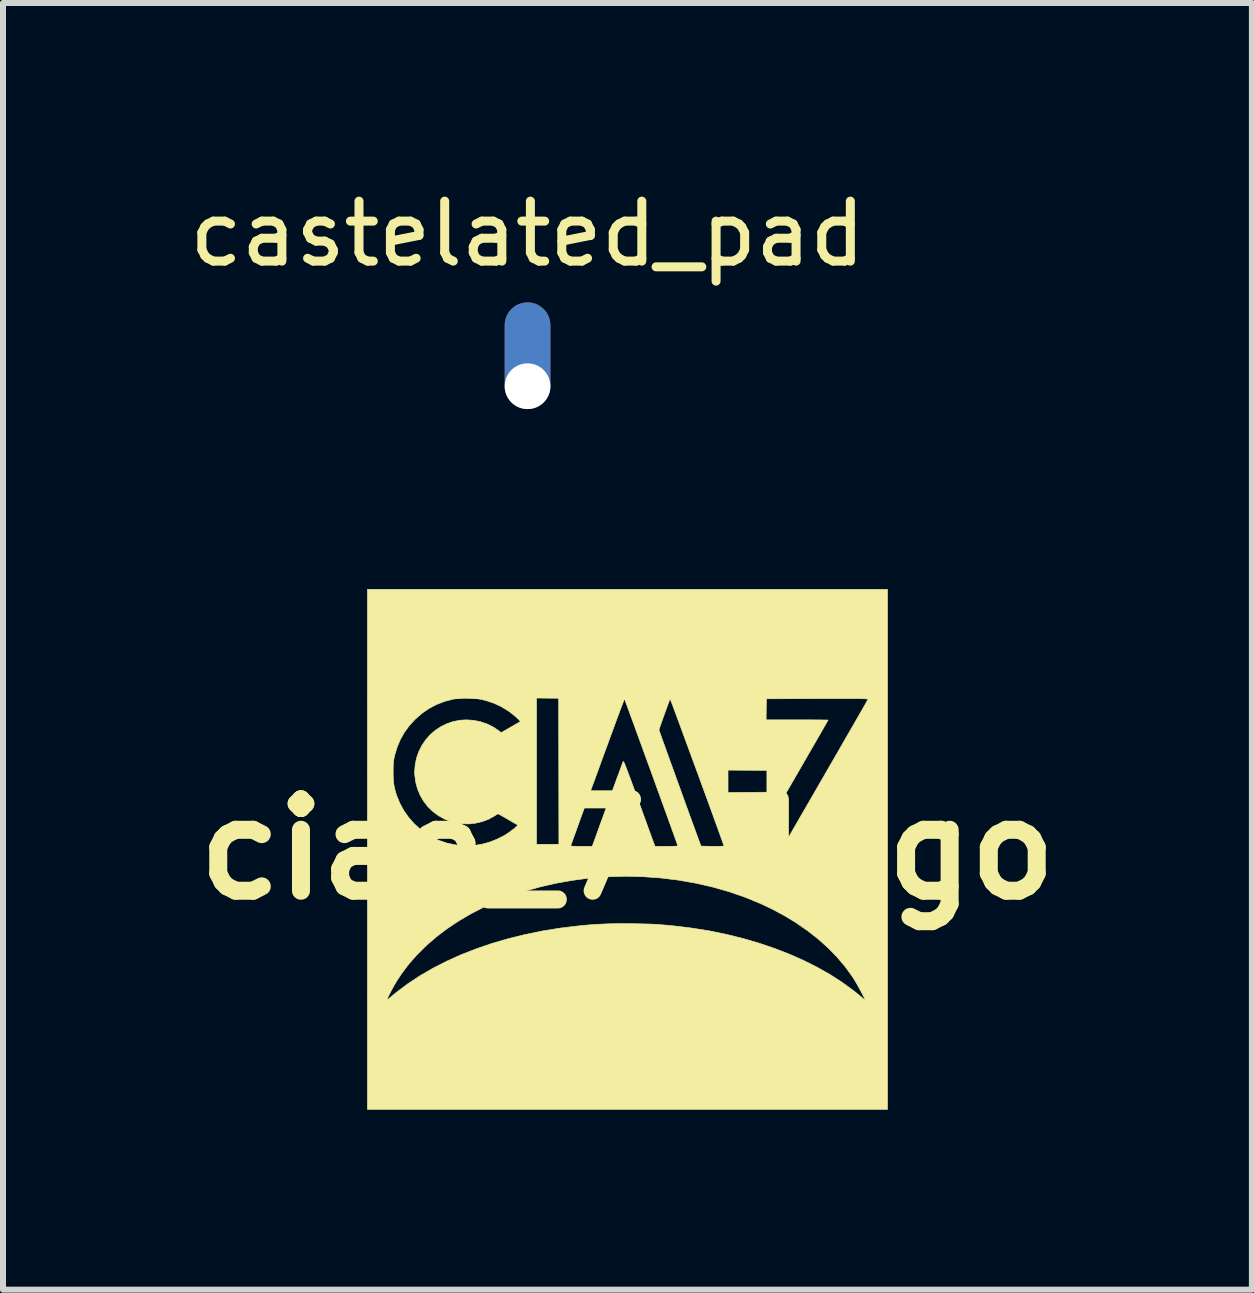
<source format=kicad_pcb>
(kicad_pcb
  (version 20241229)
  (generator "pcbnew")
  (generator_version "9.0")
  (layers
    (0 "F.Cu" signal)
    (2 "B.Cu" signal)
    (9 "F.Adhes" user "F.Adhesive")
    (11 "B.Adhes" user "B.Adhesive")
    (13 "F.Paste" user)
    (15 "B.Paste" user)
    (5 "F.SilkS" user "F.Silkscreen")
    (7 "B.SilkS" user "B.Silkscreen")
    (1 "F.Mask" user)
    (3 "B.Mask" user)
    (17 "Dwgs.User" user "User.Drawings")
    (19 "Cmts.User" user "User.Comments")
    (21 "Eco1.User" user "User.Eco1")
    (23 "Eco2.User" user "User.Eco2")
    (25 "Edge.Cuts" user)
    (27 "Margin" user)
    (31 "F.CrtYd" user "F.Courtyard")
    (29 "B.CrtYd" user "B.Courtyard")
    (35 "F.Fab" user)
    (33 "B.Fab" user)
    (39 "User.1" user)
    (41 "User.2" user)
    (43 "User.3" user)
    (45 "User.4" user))
  (footprint "ciaa_7-logo"
    (layer "F.Cu")
    (at 7.41 11.109)
    (property "Reference" "ciaa_7-logo" (at 0 0 0) (layer "F.SilkS") (effects (font (size 1.524 1.524) (thickness 0.3))))
    (attr through_hole)
    (fp_poly (pts (xy 4.335 4.335) (xy -4.335 4.335) (xy -4.335 2.507) (xy -4.009 2.507) (xy -4.007 2.51) (xy -3.996 2.502) (xy -3.982 2.49) (xy -3.963 2.475) (xy -3.935 2.452) (xy -3.901 2.424) (xy -3.863 2.393) (xy -3.852 2.384) (xy -3.663 2.242) (xy -3.459 2.107) (xy -3.242 1.981) (xy -3.012 1.864) (xy -2.771 1.755) (xy -2.519 1.657) (xy -2.256 1.567) (xy -1.984 1.488) (xy -1.704 1.419) (xy -1.416 1.36) (xy -1.12 1.312) (xy -0.819 1.276) (xy -0.767 1.27) (xy -0.615 1.257) (xy -0.468 1.248) (xy -0.32 1.241) (xy -0.169 1.238) (xy -0.008 1.238) (xy 0.102 1.239) (xy 0.203 1.241) (xy 0.29 1.243) (xy 0.368 1.245) (xy 0.44 1.248) (xy 0.509 1.252) (xy 0.578 1.258) (xy 0.652 1.264) (xy 0.734 1.272) (xy 0.804 1.279) (xy 1.093 1.315) (xy 1.378 1.361) (xy 1.657 1.419) (xy 1.929 1.486) (xy 2.195 1.564) (xy 2.451 1.651) (xy 2.699 1.747) (xy 2.937 1.852) (xy 3.163 1.966) (xy 3.378 2.087) (xy 3.579 2.217) (xy 3.767 2.354) (xy 3.895 2.458) (xy 3.922 2.481) (xy 3.944 2.499) (xy 3.958 2.509) (xy 3.961 2.51) (xy 3.959 2.501) (xy 3.95 2.48) (xy 3.935 2.449) (xy 3.915 2.41) (xy 3.891 2.365) (xy 3.865 2.318) (xy 3.839 2.27) (xy 3.812 2.224) (xy 3.787 2.181) (xy 3.765 2.145) (xy 3.754 2.128) (xy 3.632 1.959) (xy 3.495 1.797) (xy 3.343 1.641) (xy 3.177 1.492) (xy 2.997 1.352) (xy 2.805 1.219) (xy 2.601 1.096) (xy 2.385 0.982) (xy 2.214 0.902) (xy 1.956 0.796) (xy 1.688 0.704) (xy 1.413 0.626) (xy 1.131 0.562) (xy 0.843 0.512) (xy 0.551 0.476) (xy 0.256 0.455) (xy -0.041 0.448) (xy -0.339 0.457) (xy -0.637 0.48) (xy -0.669 0.483) (xy -0.937 0.519) (xy -1.199 0.566) (xy -1.455 0.625) (xy -1.704 0.694) (xy -1.944 0.774) (xy -2.177 0.865) (xy -2.4 0.965) (xy -2.613 1.075) (xy -2.815 1.194) (xy -3.007 1.322) (xy -3.186 1.458) (xy -3.353 1.603) (xy -3.507 1.755) (xy -3.647 1.914) (xy -3.772 2.081) (xy -3.846 2.194) (xy -3.87 2.234) (xy -3.897 2.281) (xy -3.925 2.332) (xy -3.951 2.382) (xy -3.975 2.429) (xy -3.994 2.468) (xy -4.006 2.496) (xy -4.009 2.507) (xy -4.335 2.507) (xy -4.335 -1.291) (xy -3.906 -1.291) (xy -3.905 -1.209) (xy -3.901 -1.14) (xy -3.894 -1.077) (xy -3.882 -1.018) (xy -3.866 -0.956) (xy -3.848 -0.899) (xy -3.795 -0.769) (xy -3.728 -0.646) (xy -3.647 -0.531) (xy -3.554 -0.426) (xy -3.45 -0.332) (xy -3.336 -0.25) (xy -3.213 -0.181) (xy -3.146 -0.151) (xy -3.015 -0.106) (xy -2.878 -0.076) (xy -2.739 -0.061) (xy -2.677 -0.061) (xy -0.946 -0.061) (xy -0.944 -0.058) (xy -0.933 -0.055) (xy -0.912 -0.053) (xy -0.879 -0.052) (xy -0.832 -0.051) (xy -0.771 -0.051) (xy -0.587 -0.051) (xy -0.335 -0.747) (xy -0.297 -0.851) (xy -0.26 -0.952) (xy -0.226 -1.046) (xy -0.194 -1.134) (xy -0.165 -1.214) (xy -0.138 -1.285) (xy -0.116 -1.346) (xy -0.098 -1.395) (xy -0.084 -1.432) (xy -0.075 -1.455) (xy -0.072 -1.463) (xy -0.07 -1.465) (xy -0.067 -1.463) (xy -0.062 -1.456) (xy -0.055 -1.444) (xy -0.047 -1.425) (xy -0.036 -1.398) (xy -0.022 -1.362) (xy -0.005 -1.317) (xy 0.016 -1.262) (xy 0.041 -1.195) (xy 0.07 -1.116) (xy 0.104 -1.024) (xy 0.142 -0.918) (xy 0.186 -0.798) (xy 0.224 -0.695) (xy 0.26 -0.595) (xy 0.294 -0.501) (xy 0.326 -0.413) (xy 0.355 -0.333) (xy 0.381 -0.261) (xy 0.403 -0.2) (xy 0.422 -0.15) (xy 0.435 -0.113) (xy 0.444 -0.09) (xy 0.447 -0.083) (xy 0.459 -0.051) (xy 0.649 -0.051) (xy 0.715 -0.051) (xy 0.765 -0.052) (xy 0.802 -0.053) (xy 0.825 -0.056) (xy 0.836 -0.058) (xy 0.838 -0.061) (xy 0.835 -0.07) (xy 0.827 -0.094) (xy 0.814 -0.131) (xy 0.796 -0.182) (xy 0.774 -0.244) (xy 0.748 -0.316) (xy 0.718 -0.399) (xy 0.685 -0.49) (xy 0.65 -0.588) (xy 0.612 -0.692) (xy 0.572 -0.802) (xy 0.531 -0.917) (xy 0.488 -1.034) (xy 0.445 -1.154) (xy 0.401 -1.275) (xy 0.357 -1.396) (xy 0.313 -1.516) (xy 0.27 -1.634) (xy 0.229 -1.749) (xy 0.188 -1.86) (xy 0.15 -1.965) (xy 0.14 -1.992) (xy 0.525 -1.992) (xy 0.528 -1.983) (xy 0.536 -1.959) (xy 0.549 -1.922) (xy 0.567 -1.872) (xy 0.588 -1.812) (xy 0.614 -1.741) (xy 0.642 -1.662) (xy 0.673 -1.575) (xy 0.707 -1.481) (xy 0.743 -1.383) (xy 0.78 -1.28) (xy 0.818 -1.174) (xy 0.857 -1.067) (xy 0.896 -0.96) (xy 0.934 -0.853) (xy 0.972 -0.748) (xy 1.009 -0.646) (xy 1.045 -0.548) (xy 1.078 -0.456) (xy 1.11 -0.37) (xy 1.138 -0.292) (xy 1.163 -0.224) (xy 1.184 -0.165) (xy 1.202 -0.118) (xy 1.215 -0.084) (xy 1.222 -0.063) (xy 1.225 -0.057) (xy 1.234 -0.055) (xy 1.257 -0.054) (xy 1.291 -0.053) (xy 1.332 -0.052) (xy 1.379 -0.051) (xy 1.428 -0.051) (xy 1.477 -0.051) (xy 1.522 -0.051) (xy 1.56 -0.052) (xy 1.589 -0.053) (xy 1.606 -0.055) (xy 1.609 -0.056) (xy 1.606 -0.065) (xy 1.598 -0.09) (xy 1.584 -0.127) (xy 1.566 -0.178) (xy 1.544 -0.24) (xy 1.518 -0.313) (xy 1.488 -0.395) (xy 1.455 -0.485) (xy 1.42 -0.583) (xy 1.382 -0.688) (xy 1.342 -0.798) (xy 1.3 -0.912) (xy 1.287 -0.948) (xy 1.676 -0.948) (xy 2.324 -0.953) (xy 2.324 -1.317) (xy 1.676 -1.321) (xy 1.676 -0.948) (xy 1.287 -0.948) (xy 1.257 -1.029) (xy 1.214 -1.148) (xy 1.17 -1.269) (xy 1.125 -1.39) (xy 1.081 -1.509) (xy 1.038 -1.627) (xy 0.996 -1.742) (xy 0.955 -1.853) (xy 0.916 -1.958) (xy 0.88 -2.058) (xy 0.846 -2.15) (xy 0.842 -2.159) (xy 2.311 -2.159) (xy 2.828 -2.159) (xy 2.919 -2.159) (xy 3.006 -2.159) (xy 3.086 -2.159) (xy 3.158 -2.158) (xy 3.22 -2.158) (xy 3.271 -2.157) (xy 3.31 -2.157) (xy 3.335 -2.156) (xy 3.344 -2.156) (xy 3.344 -2.156) (xy 3.34 -2.148) (xy 3.328 -2.127) (xy 3.309 -2.093) (xy 3.283 -2.048) (xy 3.251 -1.992) (xy 3.214 -1.927) (xy 3.171 -1.853) (xy 3.125 -1.773) (xy 3.075 -1.686) (xy 3.021 -1.593) (xy 2.972 -1.507) (xy 2.599 -0.862) (xy 2.599 -0.459) (xy 2.599 -0.366) (xy 2.599 -0.288) (xy 2.6 -0.225) (xy 2.6 -0.175) (xy 2.601 -0.137) (xy 2.602 -0.109) (xy 2.603 -0.09) (xy 2.604 -0.078) (xy 2.607 -0.073) (xy 2.609 -0.073) (xy 2.612 -0.077) (xy 2.615 -0.08) (xy 2.621 -0.09) (xy 2.634 -0.114) (xy 2.656 -0.151) (xy 2.684 -0.201) (xy 2.72 -0.261) (xy 2.761 -0.333) (xy 2.808 -0.414) (xy 2.86 -0.505) (xy 2.917 -0.604) (xy 2.979 -0.71) (xy 3.044 -0.823) (xy 3.113 -0.942) (xy 3.184 -1.066) (xy 3.259 -1.195) (xy 3.317 -1.296) (xy 3.393 -1.427) (xy 3.466 -1.554) (xy 3.537 -1.677) (xy 3.604 -1.794) (xy 3.668 -1.905) (xy 3.728 -2.009) (xy 3.783 -2.105) (xy 3.834 -2.193) (xy 3.879 -2.271) (xy 3.918 -2.339) (xy 3.951 -2.396) (xy 3.977 -2.442) (xy 3.995 -2.475) (xy 4.006 -2.495) (xy 4.01 -2.5) (xy 4.01 -2.503) (xy 4.007 -2.505) (xy 4.002 -2.507) (xy 3.992 -2.508) (xy 3.977 -2.509) (xy 3.956 -2.511) (xy 3.928 -2.511) (xy 3.892 -2.512) (xy 3.847 -2.513) (xy 3.792 -2.513) (xy 3.725 -2.513) (xy 3.647 -2.513) (xy 3.556 -2.513) (xy 3.451 -2.513) (xy 3.332 -2.513) (xy 3.196 -2.513) (xy 3.165 -2.513) (xy 2.316 -2.51) (xy 2.313 -2.335) (xy 2.311 -2.159) (xy 0.842 -2.159) (xy 0.815 -2.234) (xy 0.787 -2.309) (xy 0.763 -2.374) (xy 0.743 -2.427) (xy 0.727 -2.468) (xy 0.717 -2.495) (xy 0.712 -2.508) (xy 0.711 -2.508) (xy 0.707 -2.499) (xy 0.697 -2.475) (xy 0.684 -2.441) (xy 0.668 -2.397) (xy 0.65 -2.347) (xy 0.63 -2.293) (xy 0.61 -2.237) (xy 0.59 -2.182) (xy 0.571 -2.129) (xy 0.555 -2.082) (xy 0.541 -2.042) (xy 0.531 -2.012) (xy 0.526 -1.995) (xy 0.525 -1.992) (xy 0.14 -1.992) (xy 0.114 -2.065) (xy 0.08 -2.157) (xy 0.049 -2.24) (xy 0.022 -2.315) (xy -0.001 -2.378) (xy -0.021 -2.431) (xy -0.035 -2.47) (xy -0.045 -2.496) (xy -0.05 -2.508) (xy -0.05 -2.508) (xy -0.053 -2.501) (xy -0.062 -2.479) (xy -0.076 -2.442) (xy -0.095 -2.392) (xy -0.119 -2.33) (xy -0.146 -2.255) (xy -0.178 -2.17) (xy -0.213 -2.075) (xy -0.251 -1.97) (xy -0.293 -1.857) (xy -0.337 -1.736) (xy -0.384 -1.609) (xy -0.433 -1.475) (xy -0.483 -1.337) (xy -0.535 -1.194) (xy -0.589 -1.048) (xy -0.643 -0.899) (xy -0.698 -0.748) (xy -0.753 -0.597) (xy -0.808 -0.445) (xy -0.862 -0.294) (xy -0.916 -0.145) (xy -0.946 -0.061) (xy -2.677 -0.061) (xy -2.6 -0.062) (xy -2.531 -0.068) (xy -2.439 -0.085) (xy -1.516 -0.085) (xy -1.143 -0.085) (xy -1.145 -1.302) (xy -1.147 -2.519) (xy -1.331 -2.521) (xy -1.516 -2.523) (xy -1.516 -0.085) (xy -2.439 -0.085) (xy -2.413 -0.089) (xy -2.293 -0.123) (xy -2.176 -0.169) (xy -2.068 -0.223) (xy -2.059 -0.228) (xy -2.021 -0.251) (xy -1.979 -0.279) (xy -1.937 -0.31) (xy -1.898 -0.339) (xy -1.866 -0.366) (xy -1.847 -0.384) (xy -1.827 -0.405) (xy -1.889 -0.441) (xy -1.922 -0.459) (xy -1.963 -0.483) (xy -2.008 -0.51) (xy -2.052 -0.535) (xy -2.089 -0.556) (xy -2.12 -0.574) (xy -2.144 -0.586) (xy -2.156 -0.592) (xy -2.157 -0.592) (xy -2.167 -0.588) (xy -2.186 -0.577) (xy -2.213 -0.56) (xy -2.221 -0.555) (xy -2.319 -0.501) (xy -2.425 -0.462) (xy -2.536 -0.436) (xy -2.651 -0.424) (xy -2.766 -0.428) (xy -2.88 -0.446) (xy -2.942 -0.463) (xy -3.053 -0.507) (xy -3.154 -0.564) (xy -3.247 -0.634) (xy -3.329 -0.714) (xy -3.399 -0.805) (xy -3.457 -0.905) (xy -3.501 -1.011) (xy -3.531 -1.124) (xy -3.546 -1.241) (xy -3.548 -1.291) (xy -3.539 -1.41) (xy -3.516 -1.523) (xy -3.478 -1.631) (xy -3.427 -1.732) (xy -3.364 -1.825) (xy -3.29 -1.909) (xy -3.206 -1.982) (xy -3.113 -2.044) (xy -3.012 -2.094) (xy -2.904 -2.131) (xy -2.79 -2.153) (xy -2.684 -2.159) (xy -2.564 -2.151) (xy -2.447 -2.127) (xy -2.336 -2.089) (xy -2.232 -2.036) (xy -2.161 -1.988) (xy -2.135 -1.969) (xy -2.116 -1.955) (xy -2.105 -1.948) (xy -2.104 -1.947) (xy -2.097 -1.951) (xy -2.077 -1.962) (xy -2.047 -1.979) (xy -2.011 -2) (xy -1.971 -2.023) (xy -1.929 -2.047) (xy -1.888 -2.071) (xy -1.851 -2.092) (xy -1.82 -2.111) (xy -1.798 -2.124) (xy -1.787 -2.131) (xy -1.786 -2.131) (xy -1.79 -2.139) (xy -1.804 -2.155) (xy -1.827 -2.178) (xy -1.856 -2.205) (xy -1.89 -2.233) (xy -1.925 -2.262) (xy -1.96 -2.289) (xy -1.993 -2.312) (xy -1.997 -2.315) (xy -2.109 -2.382) (xy -2.226 -2.436) (xy -2.35 -2.478) (xy -2.437 -2.5) (xy -2.492 -2.509) (xy -2.558 -2.515) (xy -2.632 -2.518) (xy -2.709 -2.519) (xy -2.783 -2.517) (xy -2.85 -2.512) (xy -2.906 -2.504) (xy -2.906 -2.504) (xy -3.048 -2.467) (xy -3.181 -2.416) (xy -3.305 -2.351) (xy -3.422 -2.271) (xy -3.532 -2.175) (xy -3.548 -2.16) (xy -3.642 -2.056) (xy -3.721 -1.947) (xy -3.786 -1.832) (xy -3.838 -1.708) (xy -3.879 -1.574) (xy -3.888 -1.535) (xy -3.895 -1.501) (xy -3.9 -1.467) (xy -3.903 -1.432) (xy -3.905 -1.389) (xy -3.906 -1.337) (xy -3.906 -1.291) (xy -4.335 -1.291) (xy -4.335 -4.335) (xy 4.335 -4.335) (xy 4.335 4.335)) (stroke (width 0.01) (type solid)) (fill yes) (layer "F.SilkS")))
  (footprint "castelated_pad"
    (layer "F.Cu")
    (at 5.744 3.388)
    (property "Reference" "castelated_pad" (at 0 -2.54 0) (layer "F.SilkS") (effects (font (size 1 1) (thickness 0.15))))
    (attr through_hole)
    (pad "1" thru_hole oval (at 0 0) (size 0.762 1.778) (drill 0.762 (offset 0 -0.508)) (layers "*.Cu" "*.Mask")))
  (gr_rect
    (start -3 -3)
    (end 17.819 18.449)
    (stroke (width 0.1) (type default))
    (fill no)
    (layer "Edge.Cuts")))
</source>
